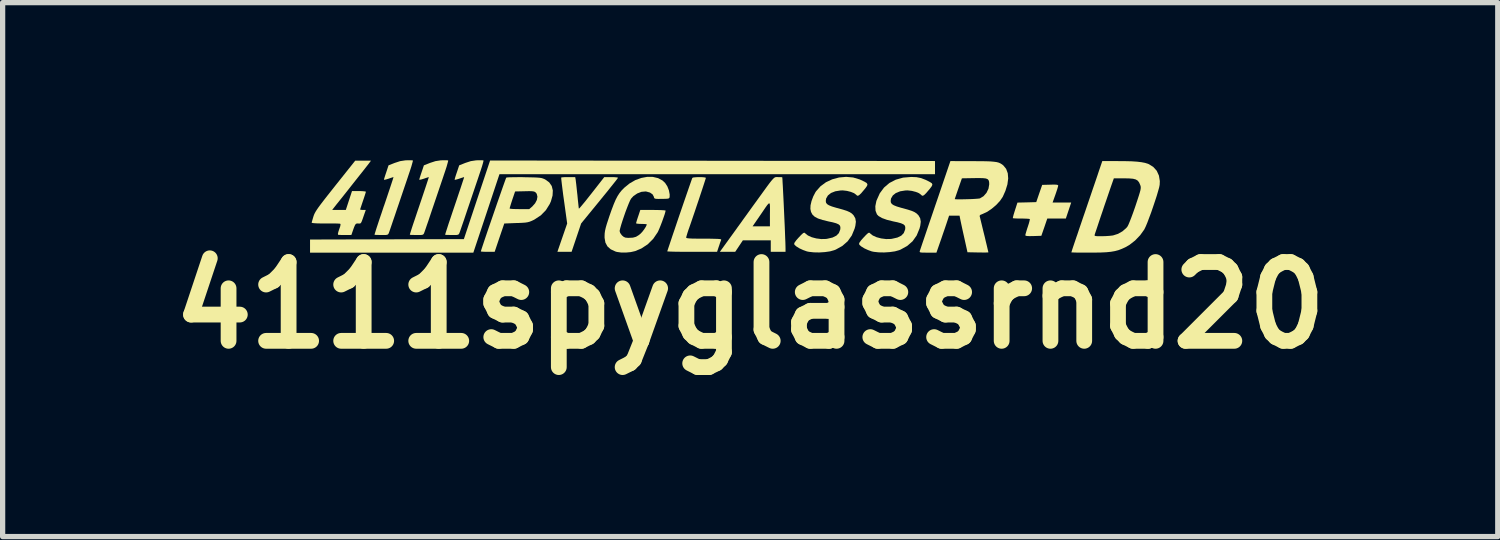
<source format=kicad_pcb>
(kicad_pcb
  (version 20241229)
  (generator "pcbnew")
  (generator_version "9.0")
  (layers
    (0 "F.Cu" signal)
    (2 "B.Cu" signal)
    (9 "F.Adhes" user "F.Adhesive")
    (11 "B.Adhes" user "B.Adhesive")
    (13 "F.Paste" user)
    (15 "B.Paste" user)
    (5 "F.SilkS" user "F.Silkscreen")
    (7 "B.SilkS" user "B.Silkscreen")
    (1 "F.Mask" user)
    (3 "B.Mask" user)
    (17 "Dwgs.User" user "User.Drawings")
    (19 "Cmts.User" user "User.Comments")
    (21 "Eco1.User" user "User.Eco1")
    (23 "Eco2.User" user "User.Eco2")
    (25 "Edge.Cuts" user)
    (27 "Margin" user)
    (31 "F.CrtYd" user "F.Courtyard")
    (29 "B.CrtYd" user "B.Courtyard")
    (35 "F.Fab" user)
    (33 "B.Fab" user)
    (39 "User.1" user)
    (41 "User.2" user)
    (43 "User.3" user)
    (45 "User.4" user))
  (footprint "4111spyglassrnd20"
    (layer "F.Cu")
    (at 11.229 2.759)
    (property "Reference" "4111spyglassrnd20" (at 0 0 0) (layer "F.SilkS") (effects (font (size 1.5 1.5) (thickness 0.3))))
    (attr board_only exclude_from_pos_files exclude_from_bom)
    (fp_poly (pts (xy -0.717 -2.749) (xy 3.517 -2.744) (xy 3.517 -2.619) (xy 3.517 -2.493) (xy -0.628 -2.493) (xy -4.773 -2.493) (xy -5.021 -1.747) (xy -5.27 -1) (xy -6.824 -1) (xy -8.378 -1) (xy -8.378 -1.125) (xy -8.378 -1.25) (xy -6.914 -1.254) (xy -5.45 -1.258) (xy -5.201 -2.006) (xy -4.951 -2.754)) (stroke (width 0) (type solid)) (fill yes) (layer "F.SilkS"))
    (fp_poly (pts (xy -3.322 -2.388) (xy -3.318 -2.354) (xy -3.311 -2.297) (xy -3.303 -2.222) (xy -3.294 -2.137) (xy -3.289 -2.095) (xy -3.281 -2.01) (xy -3.273 -1.937) (xy -3.267 -1.88) (xy -3.263 -1.846) (xy -3.261 -1.838) (xy -3.251 -1.846) (xy -3.224 -1.876) (xy -3.184 -1.924) (xy -3.132 -1.987) (xy -3.072 -2.063) (xy -3.018 -2.131) (xy -2.778 -2.438) (xy -2.647 -2.438) (xy -2.588 -2.437) (xy -2.542 -2.433) (xy -2.519 -2.428) (xy -2.517 -2.426) (xy -2.526 -2.411) (xy -2.553 -2.375) (xy -2.596 -2.321) (xy -2.652 -2.251) (xy -2.718 -2.168) (xy -2.794 -2.075) (xy -2.867 -1.985) (xy -3.218 -1.556) (xy -3.309 -1.286) (xy -3.4 -1.016) (xy -3.535 -1.016) (xy -3.67 -1.016) (xy -3.577 -1.286) (xy -3.484 -1.555) (xy -3.544 -1.989) (xy -3.56 -2.102) (xy -3.573 -2.205) (xy -3.584 -2.293) (xy -3.592 -2.362) (xy -3.597 -2.41) (xy -3.597 -2.43) (xy -3.597 -2.431) (xy -3.579 -2.434) (xy -3.538 -2.437) (xy -3.481 -2.438) (xy -3.46 -2.438) (xy -3.331 -2.438)) (stroke (width 0) (type solid)) (fill yes) (layer "F.SilkS"))
    (fp_poly (pts (xy 5.826 -2.294) (xy 5.851 -2.289) (xy 5.861 -2.281) (xy 5.862 -2.275) (xy 5.856 -2.251) (xy 5.843 -2.206) (xy 5.823 -2.146) (xy 5.808 -2.103) (xy 5.755 -1.954) (xy 5.932 -1.954) (xy 6.109 -1.954) (xy 6.058 -1.801) (xy 6.007 -1.649) (xy 5.831 -1.649) (xy 5.654 -1.649) (xy 5.598 -1.485) (xy 5.541 -1.321) (xy 5.389 -1.316) (xy 5.316 -1.315) (xy 5.269 -1.317) (xy 5.244 -1.322) (xy 5.236 -1.332) (xy 5.236 -1.333) (xy 5.241 -1.356) (xy 5.254 -1.401) (xy 5.272 -1.46) (xy 5.283 -1.492) (xy 5.303 -1.554) (xy 5.316 -1.603) (xy 5.322 -1.634) (xy 5.321 -1.64) (xy 5.302 -1.644) (xy 5.26 -1.647) (xy 5.2 -1.649) (xy 5.157 -1.649) (xy 5.091 -1.65) (xy 5.038 -1.652) (xy 5.005 -1.655) (xy 4.998 -1.658) (xy 5.001 -1.675) (xy 5.011 -1.716) (xy 5.028 -1.772) (xy 5.04 -1.81) (xy 5.086 -1.953) (xy 5.265 -1.957) (xy 5.444 -1.962) (xy 5.5 -2.126) (xy 5.557 -2.29) (xy 5.709 -2.294) (xy 5.781 -2.296)) (stroke (width 0) (type solid)) (fill yes) (layer "F.SilkS"))
    (fp_poly (pts (xy -6.443 -2.758) (xy -6.421 -2.756) (xy -6.421 -2.756) (xy -6.422 -2.74) (xy -6.433 -2.7) (xy -6.45 -2.639) (xy -6.474 -2.565) (xy -6.497 -2.497) (xy -6.526 -2.41) (xy -6.563 -2.301) (xy -6.605 -2.177) (xy -6.649 -2.047) (xy -6.693 -1.917) (xy -6.723 -1.829) (xy -6.76 -1.719) (xy -6.795 -1.617) (xy -6.825 -1.528) (xy -6.85 -1.455) (xy -6.868 -1.403) (xy -6.878 -1.376) (xy -6.878 -1.375) (xy -6.888 -1.355) (xy -6.902 -1.343) (xy -6.929 -1.337) (xy -6.974 -1.336) (xy -7.02 -1.336) (xy -7.079 -1.337) (xy -7.125 -1.338) (xy -7.149 -1.341) (xy -7.151 -1.341) (xy -7.147 -1.357) (xy -7.134 -1.399) (xy -7.114 -1.463) (xy -7.086 -1.548) (xy -7.053 -1.648) (xy -7.014 -1.762) (xy -6.973 -1.886) (xy -6.97 -1.892) (xy -6.928 -2.016) (xy -6.89 -2.13) (xy -6.856 -2.231) (xy -6.828 -2.316) (xy -6.807 -2.38) (xy -6.794 -2.422) (xy -6.789 -2.438) (xy -6.79 -2.438) (xy -6.806 -2.434) (xy -6.843 -2.422) (xy -6.883 -2.408) (xy -6.929 -2.394) (xy -6.961 -2.387) (xy -6.971 -2.389) (xy -6.967 -2.408) (xy -6.954 -2.45) (xy -6.936 -2.505) (xy -6.927 -2.531) (xy -6.884 -2.662) (xy -6.767 -2.708) (xy -6.663 -2.742) (xy -6.564 -2.757) (xy -6.541 -2.758) (xy -6.486 -2.759)) (stroke (width 0) (type solid)) (fill yes) (layer "F.SilkS"))
    (fp_poly (pts (xy -5.77 -2.758) (xy -5.749 -2.756) (xy -5.749 -2.756) (xy -5.75 -2.74) (xy -5.761 -2.7) (xy -5.778 -2.639) (xy -5.802 -2.565) (xy -5.825 -2.497) (xy -5.854 -2.41) (xy -5.891 -2.301) (xy -5.933 -2.177) (xy -5.977 -2.047) (xy -6.021 -1.917) (xy -6.051 -1.829) (xy -6.088 -1.719) (xy -6.122 -1.617) (xy -6.153 -1.528) (xy -6.178 -1.455) (xy -6.196 -1.403) (xy -6.206 -1.376) (xy -6.206 -1.375) (xy -6.216 -1.355) (xy -6.23 -1.343) (xy -6.257 -1.337) (xy -6.302 -1.336) (xy -6.348 -1.336) (xy -6.407 -1.337) (xy -6.453 -1.338) (xy -6.477 -1.341) (xy -6.479 -1.341) (xy -6.475 -1.357) (xy -6.462 -1.399) (xy -6.442 -1.463) (xy -6.414 -1.548) (xy -6.38 -1.648) (xy -6.342 -1.762) (xy -6.3 -1.886) (xy -6.298 -1.892) (xy -6.256 -2.016) (xy -6.218 -2.13) (xy -6.184 -2.231) (xy -6.156 -2.316) (xy -6.135 -2.38) (xy -6.122 -2.422) (xy -6.117 -2.438) (xy -6.117 -2.438) (xy -6.134 -2.434) (xy -6.171 -2.422) (xy -6.211 -2.408) (xy -6.257 -2.394) (xy -6.289 -2.387) (xy -6.299 -2.389) (xy -6.295 -2.408) (xy -6.282 -2.45) (xy -6.264 -2.505) (xy -6.255 -2.531) (xy -6.211 -2.662) (xy -6.095 -2.708) (xy -5.991 -2.742) (xy -5.892 -2.757) (xy -5.869 -2.758) (xy -5.813 -2.759)) (stroke (width 0) (type solid)) (fill yes) (layer "F.SilkS"))
    (fp_poly (pts (xy -5.098 -2.758) (xy -5.077 -2.756) (xy -5.077 -2.756) (xy -5.078 -2.74) (xy -5.088 -2.7) (xy -5.106 -2.639) (xy -5.13 -2.565) (xy -5.153 -2.497) (xy -5.182 -2.41) (xy -5.219 -2.301) (xy -5.261 -2.177) (xy -5.305 -2.047) (xy -5.349 -1.917) (xy -5.379 -1.829) (xy -5.416 -1.719) (xy -5.45 -1.617) (xy -5.481 -1.528) (xy -5.506 -1.455) (xy -5.524 -1.403) (xy -5.534 -1.376) (xy -5.534 -1.375) (xy -5.544 -1.355) (xy -5.558 -1.343) (xy -5.584 -1.337) (xy -5.63 -1.336) (xy -5.676 -1.336) (xy -5.735 -1.337) (xy -5.781 -1.338) (xy -5.805 -1.341) (xy -5.807 -1.341) (xy -5.803 -1.357) (xy -5.79 -1.399) (xy -5.769 -1.463) (xy -5.742 -1.548) (xy -5.708 -1.648) (xy -5.67 -1.762) (xy -5.628 -1.886) (xy -5.626 -1.892) (xy -5.584 -2.016) (xy -5.546 -2.13) (xy -5.512 -2.231) (xy -5.484 -2.316) (xy -5.463 -2.38) (xy -5.449 -2.422) (xy -5.445 -2.438) (xy -5.445 -2.438) (xy -5.461 -2.434) (xy -5.499 -2.422) (xy -5.539 -2.408) (xy -5.585 -2.394) (xy -5.617 -2.387) (xy -5.627 -2.389) (xy -5.622 -2.408) (xy -5.61 -2.45) (xy -5.592 -2.505) (xy -5.583 -2.531) (xy -5.539 -2.662) (xy -5.423 -2.708) (xy -5.319 -2.742) (xy -5.219 -2.757) (xy -5.197 -2.758) (xy -5.141 -2.759)) (stroke (width 0) (type solid)) (fill yes) (layer "F.SilkS"))
    (fp_poly (pts (xy 0.52 -2.439) (xy 0.533 -2.438) (xy 0.577 -2.438) (xy 0.605 -2.436) (xy 0.61 -2.434) (xy 0.613 -2.401) (xy 0.616 -2.34) (xy 0.621 -2.256) (xy 0.626 -2.155) (xy 0.632 -2.039) (xy 0.638 -1.913) (xy 0.644 -1.782) (xy 0.65 -1.65) (xy 0.656 -1.522) (xy 0.661 -1.401) (xy 0.665 -1.291) (xy 0.669 -1.198) (xy 0.671 -1.125) (xy 0.672 -1.077) (xy 0.672 -1.07) (xy 0.672 -1.016) (xy 0.531 -1.016) (xy 0.391 -1.016) (xy 0.391 -1.125) (xy 0.391 -1.235) (xy 0.125 -1.235) (xy -0.14 -1.235) (xy -0.213 -1.125) (xy -0.286 -1.016) (xy -0.432 -1.016) (xy -0.578 -1.016) (xy -0.372 -1.301) (xy -0.304 -1.395) (xy -0.228 -1.501) (xy 0.045 -1.501) (xy 0.21 -1.501) (xy 0.375 -1.501) (xy 0.375 -1.737) (xy 0.376 -1.82) (xy 0.376 -1.882) (xy 0.373 -1.922) (xy 0.365 -1.94) (xy 0.349 -1.934) (xy 0.324 -1.906) (xy 0.286 -1.853) (xy 0.234 -1.776) (xy 0.182 -1.7) (xy 0.045 -1.501) (xy -0.228 -1.501) (xy -0.223 -1.507) (xy -0.135 -1.63) (xy -0.044 -1.756) (xy 0.043 -1.877) (xy 0.099 -1.954) (xy 0.188 -2.077) (xy 0.261 -2.178) (xy 0.319 -2.258) (xy 0.365 -2.32) (xy 0.401 -2.366) (xy 0.429 -2.398) (xy 0.451 -2.42) (xy 0.468 -2.432) (xy 0.485 -2.438) (xy 0.501 -2.439)) (stroke (width 0) (type solid)) (fill yes) (layer "F.SilkS"))
    (fp_poly (pts (xy -0.938 -2.438) (xy -0.889 -2.435) (xy -0.855 -2.43) (xy -0.844 -2.423) (xy -0.849 -2.406) (xy -0.863 -2.362) (xy -0.884 -2.297) (xy -0.911 -2.214) (xy -0.943 -2.118) (xy -0.978 -2.012) (xy -1.016 -1.9) (xy -1.054 -1.786) (xy -1.092 -1.675) (xy -1.128 -1.569) (xy -1.161 -1.474) (xy -1.171 -1.447) (xy -1.192 -1.384) (xy -1.208 -1.331) (xy -1.218 -1.296) (xy -1.219 -1.287) (xy -1.214 -1.28) (xy -1.195 -1.275) (xy -1.159 -1.271) (xy -1.103 -1.268) (xy -1.024 -1.267) (xy -0.917 -1.266) (xy -0.882 -1.266) (xy -0.767 -1.266) (xy -0.68 -1.264) (xy -0.618 -1.262) (xy -0.578 -1.259) (xy -0.557 -1.254) (xy -0.552 -1.247) (xy -0.552 -1.247) (xy -0.561 -1.223) (xy -0.577 -1.179) (xy -0.595 -1.123) (xy -0.596 -1.122) (xy -0.631 -1.016) (xy -1.105 -1.016) (xy -1.223 -1.016) (xy -1.33 -1.017) (xy -1.423 -1.018) (xy -1.498 -1.02) (xy -1.55 -1.022) (xy -1.576 -1.024) (xy -1.579 -1.025) (xy -1.574 -1.041) (xy -1.56 -1.084) (xy -1.538 -1.149) (xy -1.51 -1.233) (xy -1.477 -1.332) (xy -1.439 -1.443) (xy -1.399 -1.562) (xy -1.357 -1.686) (xy -1.314 -1.811) (xy -1.272 -1.934) (xy -1.232 -2.05) (xy -1.195 -2.157) (xy -1.163 -2.25) (xy -1.136 -2.327) (xy -1.116 -2.384) (xy -1.104 -2.417) (xy -1.102 -2.423) (xy -1.083 -2.431) (xy -1.044 -2.435) (xy -0.992 -2.438)) (stroke (width 0) (type solid)) (fill yes) (layer "F.SilkS"))
    (fp_poly (pts (xy -7.262 -2.692) (xy -7.286 -2.661) (xy -7.329 -2.606) (xy -7.389 -2.53) (xy -7.466 -2.433) (xy -7.558 -2.317) (xy -7.664 -2.182) (xy -7.784 -2.031) (xy -7.874 -1.919) (xy -7.957 -1.813) (xy -7.827 -1.813) (xy -7.697 -1.813) (xy -7.638 -1.993) (xy -7.579 -2.173) (xy -7.447 -2.173) (xy -7.387 -2.171) (xy -7.342 -2.167) (xy -7.317 -2.162) (xy -7.315 -2.159) (xy -7.32 -2.14) (xy -7.333 -2.098) (xy -7.352 -2.04) (xy -7.37 -1.987) (xy -7.392 -1.922) (xy -7.41 -1.868) (xy -7.422 -1.832) (xy -7.425 -1.821) (xy -7.411 -1.816) (xy -7.377 -1.813) (xy -7.371 -1.813) (xy -7.317 -1.813) (xy -7.354 -1.708) (xy -7.378 -1.638) (xy -7.395 -1.593) (xy -7.408 -1.568) (xy -7.422 -1.556) (xy -7.438 -1.554) (xy -7.457 -1.555) (xy -7.485 -1.556) (xy -7.505 -1.548) (xy -7.521 -1.527) (xy -7.539 -1.486) (xy -7.559 -1.431) (xy -7.591 -1.337) (xy -7.71 -1.336) (xy -7.769 -1.336) (xy -7.816 -1.338) (xy -7.842 -1.34) (xy -7.844 -1.341) (xy -7.848 -1.357) (xy -7.839 -1.397) (xy -7.823 -1.445) (xy -7.803 -1.503) (xy -7.797 -1.537) (xy -7.804 -1.551) (xy -7.804 -1.551) (xy -7.826 -1.553) (xy -7.873 -1.555) (xy -7.94 -1.556) (xy -8.021 -1.556) (xy -8.085 -1.556) (xy -8.18 -1.556) (xy -8.257 -1.558) (xy -8.312 -1.562) (xy -8.342 -1.567) (xy -8.347 -1.57) (xy -8.342 -1.591) (xy -8.33 -1.633) (xy -8.314 -1.687) (xy -8.313 -1.69) (xy -8.303 -1.719) (xy -8.29 -1.748) (xy -8.272 -1.781) (xy -8.247 -1.82) (xy -8.214 -1.868) (xy -8.17 -1.927) (xy -8.114 -2) (xy -8.043 -2.091) (xy -7.955 -2.202) (xy -7.899 -2.273) (xy -7.518 -2.751) (xy -7.368 -2.751) (xy -7.218 -2.751)) (stroke (width 0) (type solid)) (fill yes) (layer "F.SilkS"))
    (fp_poly (pts (xy -4.332 -2.437) (xy -4.303 -2.436) (xy -4.194 -2.434) (xy -4.11 -2.432) (xy -4.048 -2.429) (xy -4.003 -2.425) (xy -3.968 -2.419) (xy -3.941 -2.41) (xy -3.914 -2.399) (xy -3.899 -2.391) (xy -3.826 -2.338) (xy -3.778 -2.269) (xy -3.757 -2.185) (xy -3.762 -2.088) (xy -3.793 -1.978) (xy -3.816 -1.926) (xy -3.889 -1.809) (xy -3.986 -1.71) (xy -4.106 -1.631) (xy -4.121 -1.623) (xy -4.164 -1.603) (xy -4.2 -1.589) (xy -4.238 -1.579) (xy -4.284 -1.572) (xy -4.345 -1.568) (xy -4.428 -1.564) (xy -4.454 -1.564) (xy -4.681 -1.555) (xy -4.773 -1.286) (xy -4.864 -1.016) (xy -4.996 -1.016) (xy -5.055 -1.017) (xy -5.101 -1.019) (xy -5.125 -1.022) (xy -5.127 -1.024) (xy -5.122 -1.042) (xy -5.108 -1.086) (xy -5.086 -1.152) (xy -5.058 -1.237) (xy -5.024 -1.337) (xy -4.986 -1.449) (xy -4.945 -1.568) (xy -4.902 -1.693) (xy -4.859 -1.818) (xy -4.851 -1.841) (xy -4.58 -1.841) (xy -4.565 -1.836) (xy -4.525 -1.832) (xy -4.466 -1.83) (xy -4.394 -1.829) (xy -4.393 -1.829) (xy -4.206 -1.829) (xy -4.148 -1.879) (xy -4.094 -1.94) (xy -4.061 -2.003) (xy -4.05 -2.065) (xy -4.063 -2.119) (xy -4.08 -2.142) (xy -4.097 -2.156) (xy -4.117 -2.164) (xy -4.148 -2.169) (xy -4.197 -2.171) (xy -4.268 -2.17) (xy -4.294 -2.169) (xy -4.475 -2.165) (xy -4.528 -2.009) (xy -4.549 -1.944) (xy -4.566 -1.889) (xy -4.577 -1.853) (xy -4.58 -1.841) (xy -4.851 -1.841) (xy -4.817 -1.94) (xy -4.776 -2.057) (xy -4.739 -2.163) (xy -4.706 -2.257) (xy -4.679 -2.333) (xy -4.659 -2.389) (xy -4.647 -2.421) (xy -4.644 -2.428) (xy -4.625 -2.432) (xy -4.579 -2.435) (xy -4.512 -2.436) (xy -4.428 -2.437)) (stroke (width 0) (type solid)) (fill yes) (layer "F.SilkS"))
    (fp_poly (pts (xy 3.163 -2.437) (xy 3.25 -2.42) (xy 3.336 -2.387) (xy 3.368 -2.372) (xy 3.425 -2.342) (xy 3.458 -2.319) (xy 3.467 -2.294) (xy 3.453 -2.262) (xy 3.418 -2.215) (xy 3.395 -2.188) (xy 3.346 -2.131) (xy 3.312 -2.098) (xy 3.287 -2.083) (xy 3.268 -2.086) (xy 3.252 -2.102) (xy 3.212 -2.132) (xy 3.15 -2.157) (xy 3.076 -2.176) (xy 2.998 -2.185) (xy 2.954 -2.184) (xy 2.854 -2.168) (xy 2.773 -2.136) (xy 2.714 -2.089) (xy 2.68 -2.031) (xy 2.673 -1.984) (xy 2.678 -1.952) (xy 2.697 -1.925) (xy 2.733 -1.902) (xy 2.79 -1.879) (xy 2.873 -1.854) (xy 2.901 -1.847) (xy 3.001 -1.819) (xy 3.075 -1.795) (xy 3.129 -1.771) (xy 3.168 -1.745) (xy 3.198 -1.715) (xy 3.203 -1.71) (xy 3.235 -1.654) (xy 3.246 -1.589) (xy 3.236 -1.51) (xy 3.222 -1.458) (xy 3.168 -1.327) (xy 3.09 -1.217) (xy 2.988 -1.128) (xy 2.863 -1.059) (xy 2.833 -1.047) (xy 2.754 -1.025) (xy 2.656 -1.011) (xy 2.549 -1.004) (xy 2.445 -1.006) (xy 2.353 -1.016) (xy 2.314 -1.024) (xy 2.242 -1.05) (xy 2.172 -1.082) (xy 2.114 -1.118) (xy 2.08 -1.148) (xy 2.071 -1.166) (xy 2.078 -1.19) (xy 2.104 -1.226) (xy 2.107 -1.231) (xy 2.15 -1.28) (xy 2.197 -1.33) (xy 2.208 -1.341) (xy 2.241 -1.371) (xy 2.261 -1.381) (xy 2.276 -1.374) (xy 2.282 -1.367) (xy 2.332 -1.327) (xy 2.405 -1.294) (xy 2.492 -1.271) (xy 2.586 -1.259) (xy 2.678 -1.261) (xy 2.702 -1.265) (xy 2.802 -1.288) (xy 2.875 -1.324) (xy 2.922 -1.372) (xy 2.947 -1.436) (xy 2.95 -1.451) (xy 2.951 -1.488) (xy 2.941 -1.517) (xy 2.915 -1.54) (xy 2.869 -1.56) (xy 2.8 -1.579) (xy 2.727 -1.594) (xy 2.602 -1.625) (xy 2.508 -1.659) (xy 2.443 -1.697) (xy 2.412 -1.729) (xy 2.385 -1.798) (xy 2.381 -1.884) (xy 2.401 -1.983) (xy 2.407 -1.999) (xy 2.466 -2.13) (xy 2.547 -2.239) (xy 2.649 -2.326) (xy 2.77 -2.389) (xy 2.909 -2.428) (xy 3.063 -2.441)) (stroke (width 0) (type solid)) (fill yes) (layer "F.SilkS"))
    (fp_poly (pts (xy 1.959 -2.431) (xy 2.086 -2.393) (xy 2.105 -2.384) (xy 2.173 -2.352) (xy 2.215 -2.327) (xy 2.231 -2.302) (xy 2.224 -2.272) (xy 2.195 -2.23) (xy 2.16 -2.188) (xy 2.112 -2.131) (xy 2.077 -2.098) (xy 2.052 -2.083) (xy 2.033 -2.086) (xy 2.017 -2.102) (xy 1.977 -2.132) (xy 1.915 -2.157) (xy 1.841 -2.176) (xy 1.764 -2.185) (xy 1.719 -2.184) (xy 1.619 -2.168) (xy 1.538 -2.136) (xy 1.479 -2.089) (xy 1.445 -2.031) (xy 1.438 -1.984) (xy 1.443 -1.952) (xy 1.462 -1.925) (xy 1.498 -1.902) (xy 1.555 -1.879) (xy 1.638 -1.854) (xy 1.666 -1.847) (xy 1.766 -1.819) (xy 1.84 -1.795) (xy 1.894 -1.771) (xy 1.934 -1.745) (xy 1.964 -1.715) (xy 1.968 -1.71) (xy 2 -1.654) (xy 2.011 -1.589) (xy 2.001 -1.51) (xy 1.987 -1.458) (xy 1.933 -1.327) (xy 1.855 -1.217) (xy 1.753 -1.128) (xy 1.629 -1.059) (xy 1.598 -1.047) (xy 1.52 -1.025) (xy 1.422 -1.011) (xy 1.315 -1.004) (xy 1.21 -1.006) (xy 1.118 -1.016) (xy 1.079 -1.024) (xy 1.007 -1.05) (xy 0.937 -1.082) (xy 0.879 -1.118) (xy 0.845 -1.148) (xy 0.836 -1.166) (xy 0.843 -1.19) (xy 0.869 -1.226) (xy 0.872 -1.231) (xy 0.915 -1.28) (xy 0.962 -1.33) (xy 0.973 -1.341) (xy 1.006 -1.371) (xy 1.027 -1.381) (xy 1.041 -1.374) (xy 1.048 -1.367) (xy 1.098 -1.327) (xy 1.17 -1.294) (xy 1.257 -1.271) (xy 1.351 -1.259) (xy 1.443 -1.261) (xy 1.467 -1.265) (xy 1.567 -1.288) (xy 1.64 -1.324) (xy 1.687 -1.372) (xy 1.712 -1.436) (xy 1.715 -1.451) (xy 1.716 -1.488) (xy 1.706 -1.517) (xy 1.68 -1.54) (xy 1.634 -1.56) (xy 1.565 -1.579) (xy 1.492 -1.594) (xy 1.377 -1.622) (xy 1.289 -1.651) (xy 1.226 -1.685) (xy 1.183 -1.726) (xy 1.157 -1.776) (xy 1.145 -1.833) (xy 1.148 -1.901) (xy 1.167 -1.983) (xy 1.199 -2.069) (xy 1.24 -2.148) (xy 1.253 -2.168) (xy 1.337 -2.263) (xy 1.441 -2.34) (xy 1.561 -2.396) (xy 1.691 -2.431) (xy 1.825 -2.443)) (stroke (width 0) (type solid)) (fill yes) (layer "F.SilkS"))
    (fp_poly (pts (xy 4.23 -2.742) (xy 4.369 -2.741) (xy 4.48 -2.74) (xy 4.568 -2.737) (xy 4.637 -2.731) (xy 4.69 -2.724) (xy 4.731 -2.713) (xy 4.764 -2.698) (xy 4.794 -2.679) (xy 4.817 -2.661) (xy 4.871 -2.595) (xy 4.902 -2.511) (xy 4.91 -2.412) (xy 4.895 -2.299) (xy 4.857 -2.176) (xy 4.806 -2.062) (xy 4.755 -1.987) (xy 4.683 -1.909) (xy 4.598 -1.837) (xy 4.51 -1.777) (xy 4.426 -1.738) (xy 4.419 -1.735) (xy 4.379 -1.719) (xy 4.366 -1.7) (xy 4.368 -1.691) (xy 4.374 -1.668) (xy 4.385 -1.622) (xy 4.401 -1.557) (xy 4.42 -1.478) (xy 4.441 -1.392) (xy 4.463 -1.304) (xy 4.483 -1.218) (xy 4.502 -1.14) (xy 4.517 -1.075) (xy 4.528 -1.029) (xy 4.533 -1.007) (xy 4.533 -1.006) (xy 4.518 -1.004) (xy 4.478 -1.003) (xy 4.419 -1.003) (xy 4.345 -1.004) (xy 4.334 -1.004) (xy 4.135 -1.008) (xy 4.078 -1.266) (xy 4.057 -1.36) (xy 4.037 -1.45) (xy 4.02 -1.529) (xy 4.007 -1.59) (xy 4.002 -1.614) (xy 3.984 -1.704) (xy 3.885 -1.704) (xy 3.785 -1.704) (xy 3.732 -1.544) (xy 3.704 -1.461) (xy 3.67 -1.363) (xy 3.636 -1.263) (xy 3.611 -1.192) (xy 3.544 -1) (xy 3.381 -1) (xy 3.308 -1.001) (xy 3.262 -1.002) (xy 3.236 -1.006) (xy 3.226 -1.014) (xy 3.226 -1.026) (xy 3.229 -1.036) (xy 3.236 -1.057) (xy 3.252 -1.104) (xy 3.276 -1.176) (xy 3.308 -1.269) (xy 3.346 -1.381) (xy 3.389 -1.508) (xy 3.437 -1.648) (xy 3.488 -1.798) (xy 3.525 -1.907) (xy 3.564 -2.02) (xy 3.893 -2.02) (xy 3.907 -2.017) (xy 3.945 -2.015) (xy 4.002 -2.015) (xy 4.071 -2.016) (xy 4.145 -2.018) (xy 4.218 -2.02) (xy 4.284 -2.024) (xy 4.336 -2.028) (xy 4.367 -2.032) (xy 4.372 -2.033) (xy 4.441 -2.075) (xy 4.497 -2.139) (xy 4.535 -2.218) (xy 4.549 -2.302) (xy 4.549 -2.302) (xy 4.547 -2.345) (xy 4.538 -2.377) (xy 4.52 -2.398) (xy 4.486 -2.412) (xy 4.433 -2.418) (xy 4.358 -2.42) (xy 4.259 -2.419) (xy 4.029 -2.415) (xy 3.961 -2.22) (xy 3.936 -2.147) (xy 3.915 -2.086) (xy 3.9 -2.042) (xy 3.893 -2.021) (xy 3.893 -2.02) (xy 3.564 -2.02) (xy 3.81 -2.743)) (stroke (width 0) (type solid)) (fill yes) (layer "F.SilkS"))
    (fp_poly (pts (xy -1.853 -2.442) (xy -1.754 -2.419) (xy -1.669 -2.373) (xy -1.619 -2.326) (xy -1.577 -2.261) (xy -1.547 -2.184) (xy -1.533 -2.107) (xy -1.534 -2.064) (xy -1.538 -2.045) (xy -1.548 -2.034) (xy -1.569 -2.028) (xy -1.609 -2.025) (xy -1.673 -2.024) (xy -1.683 -2.024) (xy -1.75 -2.023) (xy -1.793 -2.025) (xy -1.816 -2.03) (xy -1.828 -2.041) (xy -1.833 -2.059) (xy -1.834 -2.064) (xy -1.859 -2.11) (xy -1.908 -2.144) (xy -1.976 -2.163) (xy -1.993 -2.165) (xy -2.07 -2.158) (xy -2.15 -2.127) (xy -2.222 -2.078) (xy -2.267 -2.029) (xy -2.286 -1.995) (xy -2.311 -1.938) (xy -2.34 -1.865) (xy -2.372 -1.781) (xy -2.403 -1.692) (xy -2.432 -1.606) (xy -2.457 -1.527) (xy -2.475 -1.463) (xy -2.485 -1.419) (xy -2.485 -1.409) (xy -2.475 -1.375) (xy -2.448 -1.337) (xy -2.44 -1.327) (xy -2.407 -1.3) (xy -2.374 -1.286) (xy -2.327 -1.282) (xy -2.308 -1.282) (xy -2.232 -1.286) (xy -2.174 -1.302) (xy -2.121 -1.334) (xy -2.088 -1.361) (xy -2.053 -1.398) (xy -2.018 -1.444) (xy -1.988 -1.491) (xy -1.971 -1.528) (xy -1.969 -1.539) (xy -1.984 -1.543) (xy -2.021 -1.546) (xy -2.071 -1.547) (xy -2.123 -1.549) (xy -2.159 -1.553) (xy -2.173 -1.559) (xy -2.168 -1.578) (xy -2.156 -1.62) (xy -2.138 -1.675) (xy -2.132 -1.692) (xy -2.092 -1.813) (xy -1.851 -1.813) (xy -1.768 -1.812) (xy -1.698 -1.81) (xy -1.645 -1.807) (xy -1.615 -1.803) (xy -1.61 -1.801) (xy -1.616 -1.774) (xy -1.63 -1.725) (xy -1.652 -1.662) (xy -1.677 -1.591) (xy -1.704 -1.521) (xy -1.73 -1.457) (xy -1.752 -1.407) (xy -1.761 -1.389) (xy -1.846 -1.264) (xy -1.951 -1.159) (xy -2.073 -1.079) (xy -2.19 -1.03) (xy -2.273 -1.011) (xy -2.367 -1.002) (xy -2.459 -1.003) (xy -2.538 -1.014) (xy -2.565 -1.022) (xy -2.655 -1.064) (xy -2.718 -1.12) (xy -2.756 -1.191) (xy -2.772 -1.282) (xy -2.772 -1.321) (xy -2.77 -1.369) (xy -2.763 -1.418) (xy -2.75 -1.475) (xy -2.73 -1.545) (xy -2.7 -1.636) (xy -2.683 -1.688) (xy -2.637 -1.819) (xy -2.597 -1.924) (xy -2.561 -2.008) (xy -2.525 -2.077) (xy -2.488 -2.134) (xy -2.447 -2.185) (xy -2.4 -2.233) (xy -2.398 -2.235) (xy -2.296 -2.318) (xy -2.187 -2.381) (xy -2.073 -2.422) (xy -1.961 -2.443)) (stroke (width 0) (type solid)) (fill yes) (layer "F.SilkS"))
    (fp_poly (pts (xy 7.129 -2.742) (xy 7.257 -2.739) (xy 7.362 -2.732) (xy 7.446 -2.722) (xy 7.514 -2.709) (xy 7.569 -2.692) (xy 7.581 -2.687) (xy 7.67 -2.633) (xy 7.737 -2.559) (xy 7.779 -2.467) (xy 7.796 -2.362) (xy 7.793 -2.29) (xy 7.783 -2.241) (xy 7.763 -2.17) (xy 7.737 -2.081) (xy 7.704 -1.98) (xy 7.668 -1.873) (xy 7.631 -1.765) (xy 7.593 -1.664) (xy 7.559 -1.573) (xy 7.528 -1.499) (xy 7.504 -1.449) (xy 7.5 -1.441) (xy 7.422 -1.332) (xy 7.325 -1.231) (xy 7.217 -1.147) (xy 7.142 -1.104) (xy 7.074 -1.073) (xy 7.009 -1.048) (xy 6.941 -1.03) (xy 6.866 -1.017) (xy 6.777 -1.008) (xy 6.67 -1.003) (xy 6.539 -1.001) (xy 6.459 -1.001) (xy 6.359 -1.001) (xy 6.27 -1.001) (xy 6.197 -1.002) (xy 6.143 -1.004) (xy 6.115 -1.005) (xy 6.112 -1.006) (xy 6.117 -1.021) (xy 6.13 -1.063) (xy 6.152 -1.129) (xy 6.181 -1.215) (xy 6.216 -1.318) (xy 6.221 -1.331) (xy 6.554 -1.331) (xy 6.559 -1.321) (xy 6.577 -1.316) (xy 6.615 -1.313) (xy 6.679 -1.313) (xy 6.687 -1.313) (xy 6.762 -1.315) (xy 6.838 -1.32) (xy 6.899 -1.327) (xy 6.909 -1.329) (xy 7 -1.358) (xy 7.086 -1.407) (xy 7.157 -1.469) (xy 7.18 -1.497) (xy 7.197 -1.529) (xy 7.221 -1.586) (xy 7.251 -1.662) (xy 7.284 -1.751) (xy 7.319 -1.85) (xy 7.333 -1.891) (xy 7.369 -2) (xy 7.396 -2.083) (xy 7.415 -2.145) (xy 7.427 -2.19) (xy 7.432 -2.222) (xy 7.433 -2.247) (xy 7.43 -2.267) (xy 7.423 -2.288) (xy 7.423 -2.288) (xy 7.402 -2.336) (xy 7.376 -2.37) (xy 7.339 -2.393) (xy 7.286 -2.407) (xy 7.212 -2.413) (xy 7.117 -2.415) (xy 6.921 -2.415) (xy 6.877 -2.29) (xy 6.861 -2.244) (xy 6.838 -2.177) (xy 6.809 -2.092) (xy 6.776 -1.995) (xy 6.74 -1.891) (xy 6.704 -1.783) (xy 6.668 -1.678) (xy 6.635 -1.579) (xy 6.606 -1.491) (xy 6.582 -1.42) (xy 6.565 -1.37) (xy 6.558 -1.348) (xy 6.554 -1.331) (xy 6.221 -1.331) (xy 6.256 -1.436) (xy 6.3 -1.565) (xy 6.329 -1.651) (xy 6.379 -1.796) (xy 6.428 -1.941) (xy 6.476 -2.081) (xy 6.52 -2.211) (xy 6.56 -2.327) (xy 6.593 -2.424) (xy 6.618 -2.498) (xy 6.624 -2.517) (xy 6.701 -2.743) (xy 6.973 -2.743)) (stroke (width 0) (type solid)) (fill yes) (layer "F.SilkS")))
  (gr_rect
    (start -3 -3)
    (end 25.457 7.163)
    (stroke (width 0.1) (type default))
    (fill no)
    (layer "Edge.Cuts")))
</source>
